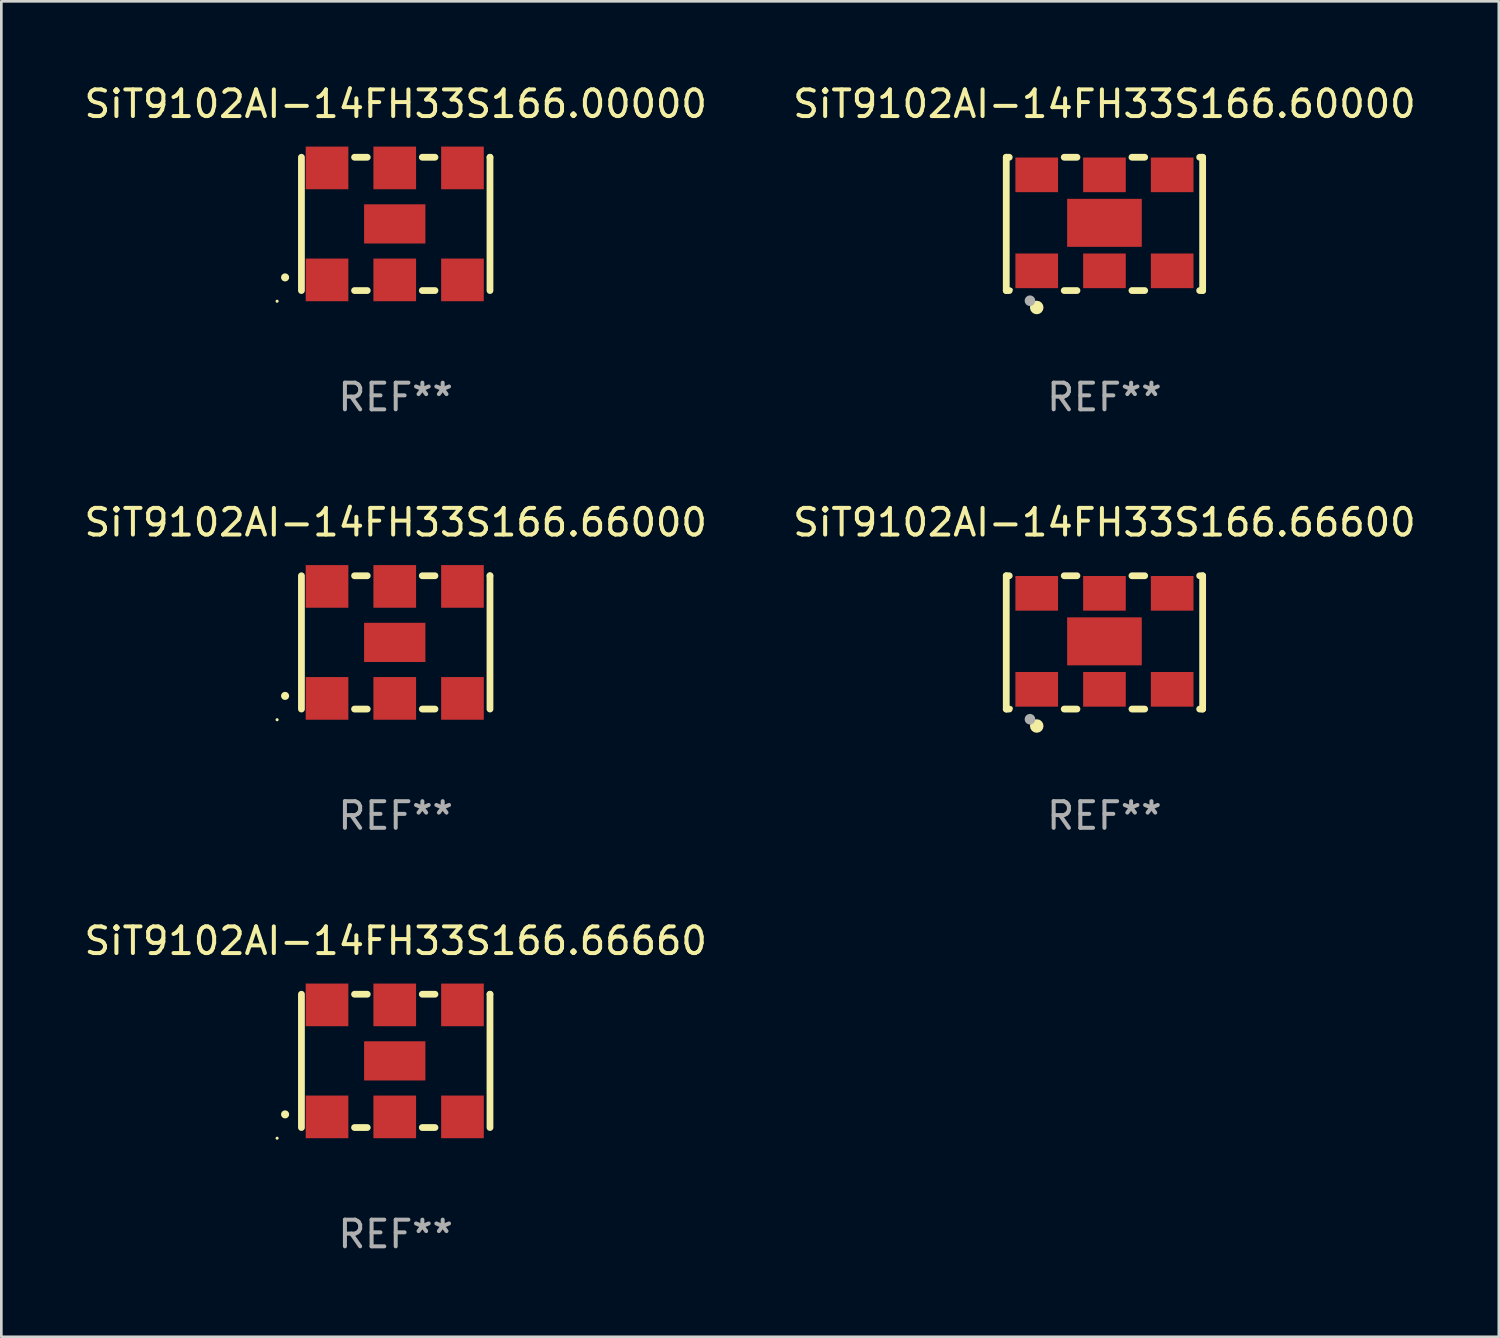
<source format=kicad_pcb>
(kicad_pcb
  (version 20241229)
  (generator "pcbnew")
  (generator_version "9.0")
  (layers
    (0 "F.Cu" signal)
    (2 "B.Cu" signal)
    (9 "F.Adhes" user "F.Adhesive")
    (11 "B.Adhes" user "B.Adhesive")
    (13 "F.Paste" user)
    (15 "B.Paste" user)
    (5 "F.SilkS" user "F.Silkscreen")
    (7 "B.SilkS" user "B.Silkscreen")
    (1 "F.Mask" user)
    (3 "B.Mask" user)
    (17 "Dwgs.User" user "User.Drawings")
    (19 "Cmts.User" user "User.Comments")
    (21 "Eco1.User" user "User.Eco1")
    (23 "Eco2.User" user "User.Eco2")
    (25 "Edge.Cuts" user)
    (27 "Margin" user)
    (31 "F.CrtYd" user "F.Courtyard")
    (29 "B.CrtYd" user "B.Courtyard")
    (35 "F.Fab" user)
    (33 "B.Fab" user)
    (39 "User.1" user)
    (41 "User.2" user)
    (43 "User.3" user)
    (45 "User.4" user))
  (footprint "SiT9102AI-14FH33S166.66000"
    (layer "F.Cu")
    (at 11.792 21.045)
    (property "Reference" "SiT9102AI-14FH33S166.66000" (at 0 -4.5 0) (layer "F.SilkS") (effects (font (size 1 1) (thickness 0.15))))
    (attr through_hole)
    (fp_line (start -3.536 -2.5) (end -3.536 2.5) (stroke (width 0.254) (type solid)) (layer "F.SilkS"))
    (fp_line (start -1.544 2.5) (end -1.067 2.5) (stroke (width 0.254) (type solid)) (layer "F.SilkS"))
    (fp_line (start -1.067 -2.5) (end -1.544 -2.5) (stroke (width 0.254) (type solid)) (layer "F.SilkS"))
    (fp_line (start 0.996 2.5) (end 1.473 2.5) (stroke (width 0.254) (type solid)) (layer "F.SilkS"))
    (fp_line (start 1.473 -2.5) (end 0.996 -2.5) (stroke (width 0.254) (type solid)) (layer "F.SilkS"))
    (fp_line (start 3.536 -2.5) (end 3.536 -2.5) (stroke (width 0.254) (type solid)) (layer "F.SilkS"))
    (fp_line (start 3.536 2.5) (end 3.536 -2.5) (stroke (width 0.254) (type solid)) (layer "F.SilkS"))
    (fp_arc (start -4.150432 2.006604) (mid -4.149162 2.006599) (end -4.147892 2.006604) (stroke (width 0.3) (type solid)) (layer "F.SilkS"))
    (fp_circle (center -4.449 2.9) (end -4.419 2.9) (stroke (width 0.06) (type solid)) (fill no) (layer "F.SilkS"))
    (fp_text user "REF**" (at 0 6.5 0) (layer "F.Fab") (effects (font (size 1 1) (thickness 0.15))))
    (pad "1" smd rect (at -2.576 2.1) (size 1.6 1.6) (layers "F.Cu" "F.Mask" "F.Paste"))
    (pad "2" smd rect (at -0.036 2.1) (size 1.6 1.6) (layers "F.Cu" "F.Mask" "F.Paste"))
    (pad "3" smd rect (at 2.504 2.1) (size 1.6 1.6) (layers "F.Cu" "F.Mask" "F.Paste"))
    (pad "4" smd rect (at 2.504 -2.1) (size 1.6 1.6) (layers "F.Cu" "F.Mask" "F.Paste"))
    (pad "5" smd rect (at -0.036 -2.1) (size 1.6 1.6) (layers "F.Cu" "F.Mask" "F.Paste"))
    (pad "6" smd rect (at -2.576 -2.1) (size 1.6 1.6) (layers "F.Cu" "F.Mask" "F.Paste"))
    (pad "7" smd rect (at -0.036 0) (size 2.3 1.47) (layers "F.Cu" "F.Mask" "F.Paste")))
  (footprint "SiT9102AI-14FH33S166.00000"
    (layer "F.Cu")
    (at 11.792 5.348)
    (property "Reference" "SiT9102AI-14FH33S166.00000" (at 0 -4.5 0) (layer "F.SilkS") (effects (font (size 1 1) (thickness 0.15))))
    (attr through_hole)
    (fp_line (start -3.536 -2.5) (end -3.536 2.5) (stroke (width 0.254) (type solid)) (layer "F.SilkS"))
    (fp_line (start -1.544 2.5) (end -1.067 2.5) (stroke (width 0.254) (type solid)) (layer "F.SilkS"))
    (fp_line (start -1.067 -2.5) (end -1.544 -2.5) (stroke (width 0.254) (type solid)) (layer "F.SilkS"))
    (fp_line (start 0.996 2.5) (end 1.473 2.5) (stroke (width 0.254) (type solid)) (layer "F.SilkS"))
    (fp_line (start 1.473 -2.5) (end 0.996 -2.5) (stroke (width 0.254) (type solid)) (layer "F.SilkS"))
    (fp_line (start 3.536 -2.5) (end 3.536 -2.5) (stroke (width 0.254) (type solid)) (layer "F.SilkS"))
    (fp_line (start 3.536 2.5) (end 3.536 -2.5) (stroke (width 0.254) (type solid)) (layer "F.SilkS"))
    (fp_arc (start -4.150432 2.006604) (mid -4.149162 2.006599) (end -4.147892 2.006604) (stroke (width 0.3) (type solid)) (layer "F.SilkS"))
    (fp_circle (center -4.449 2.9) (end -4.419 2.9) (stroke (width 0.06) (type solid)) (fill no) (layer "F.SilkS"))
    (fp_text user "REF**" (at 0 6.5 0) (layer "F.Fab") (effects (font (size 1 1) (thickness 0.15))))
    (pad "1" smd rect (at -2.576 2.1) (size 1.6 1.6) (layers "F.Cu" "F.Mask" "F.Paste"))
    (pad "2" smd rect (at -0.036 2.1) (size 1.6 1.6) (layers "F.Cu" "F.Mask" "F.Paste"))
    (pad "3" smd rect (at 2.504 2.1) (size 1.6 1.6) (layers "F.Cu" "F.Mask" "F.Paste"))
    (pad "4" smd rect (at 2.504 -2.1) (size 1.6 1.6) (layers "F.Cu" "F.Mask" "F.Paste"))
    (pad "5" smd rect (at -0.036 -2.1) (size 1.6 1.6) (layers "F.Cu" "F.Mask" "F.Paste"))
    (pad "6" smd rect (at -2.576 -2.1) (size 1.6 1.6) (layers "F.Cu" "F.Mask" "F.Paste"))
    (pad "7" smd rect (at -0.036 0) (size 2.3 1.47) (layers "F.Cu" "F.Mask" "F.Paste")))
  (footprint "SiT9102AI-14FH33S166.66660"
    (layer "F.Cu")
    (at 11.792 36.741)
    (property "Reference" "SiT9102AI-14FH33S166.66660" (at 0 -4.5 0) (layer "F.SilkS") (effects (font (size 1 1) (thickness 0.15))))
    (attr through_hole)
    (fp_line (start -3.536 -2.5) (end -3.536 2.5) (stroke (width 0.254) (type solid)) (layer "F.SilkS"))
    (fp_line (start -1.544 2.5) (end -1.067 2.5) (stroke (width 0.254) (type solid)) (layer "F.SilkS"))
    (fp_line (start -1.067 -2.5) (end -1.544 -2.5) (stroke (width 0.254) (type solid)) (layer "F.SilkS"))
    (fp_line (start 0.996 2.5) (end 1.473 2.5) (stroke (width 0.254) (type solid)) (layer "F.SilkS"))
    (fp_line (start 1.473 -2.5) (end 0.996 -2.5) (stroke (width 0.254) (type solid)) (layer "F.SilkS"))
    (fp_line (start 3.536 -2.5) (end 3.536 -2.5) (stroke (width 0.254) (type solid)) (layer "F.SilkS"))
    (fp_line (start 3.536 2.5) (end 3.536 -2.5) (stroke (width 0.254) (type solid)) (layer "F.SilkS"))
    (fp_arc (start -4.150432 2.006604) (mid -4.149162 2.006599) (end -4.147892 2.006604) (stroke (width 0.3) (type solid)) (layer "F.SilkS"))
    (fp_circle (center -4.449 2.9) (end -4.419 2.9) (stroke (width 0.06) (type solid)) (fill no) (layer "F.SilkS"))
    (fp_text user "REF**" (at 0 6.5 0) (layer "F.Fab") (effects (font (size 1 1) (thickness 0.15))))
    (pad "1" smd rect (at -2.576 2.1) (size 1.6 1.6) (layers "F.Cu" "F.Mask" "F.Paste"))
    (pad "2" smd rect (at -0.036 2.1) (size 1.6 1.6) (layers "F.Cu" "F.Mask" "F.Paste"))
    (pad "3" smd rect (at 2.504 2.1) (size 1.6 1.6) (layers "F.Cu" "F.Mask" "F.Paste"))
    (pad "4" smd rect (at 2.504 -2.1) (size 1.6 1.6) (layers "F.Cu" "F.Mask" "F.Paste"))
    (pad "5" smd rect (at -0.036 -2.1) (size 1.6 1.6) (layers "F.Cu" "F.Mask" "F.Paste"))
    (pad "6" smd rect (at -2.576 -2.1) (size 1.6 1.6) (layers "F.Cu" "F.Mask" "F.Paste"))
    (pad "7" smd rect (at -0.036 0) (size 2.3 1.47) (layers "F.Cu" "F.Mask" "F.Paste")))
  (footprint "SiT9102AI-14FH33S166.60000"
    (layer "F.Cu")
    (at 38.375 5.348)
    (property "Reference" "SiT9102AI-14FH33S166.60000" (at 0 -4.5 0) (layer "F.SilkS") (effects (font (size 1 1) (thickness 0.15))))
    (attr through_hole)
    (fp_line (start -3.683 -2.5) (end -3.571 -2.5) (stroke (width 0.254) (type solid)) (layer "F.SilkS"))
    (fp_line (start -3.683 2.5) (end -3.683 -2.5) (stroke (width 0.254) (type solid)) (layer "F.SilkS"))
    (fp_line (start -3.683 2.5) (end -3.571 2.5) (stroke (width 0.254) (type solid)) (layer "F.SilkS"))
    (fp_line (start -1.509 -2.5) (end -1.031 -2.5) (stroke (width 0.254) (type solid)) (layer "F.SilkS"))
    (fp_line (start -1.509 2.5) (end -1.031 2.5) (stroke (width 0.254) (type solid)) (layer "F.SilkS"))
    (fp_line (start 1.031 -2.5) (end 1.509 -2.5) (stroke (width 0.254) (type solid)) (layer "F.SilkS"))
    (fp_line (start 1.031 2.5) (end 1.509 2.5) (stroke (width 0.254) (type solid)) (layer "F.SilkS"))
    (fp_line (start 3.571 -2.5) (end 3.683 -2.5) (stroke (width 0.254) (type solid)) (layer "F.SilkS"))
    (fp_line (start 3.571 2.5) (end 3.683 2.5) (stroke (width 0.254) (type solid)) (layer "F.SilkS"))
    (fp_line (start 3.683 2.5) (end 3.683 -2.5) (stroke (width 0.254) (type solid)) (layer "F.SilkS"))
    (fp_circle (center -3.5 2.46) (end -3.47 2.46) (stroke (width 0.06) (type solid)) (fill no) (layer "F.SilkS"))
    (fp_circle (center -2.54 3.135) (end -2.413 3.135) (stroke (width 0.254) (type solid)) (fill no) (layer "F.SilkS"))
    (fp_circle (center -2.794 2.881) (end -2.694 2.881) (stroke (width 0.2) (type solid)) (fill no) (layer "F.Fab"))
    (fp_text user "REF**" (at 0 6.5 0) (layer "F.Fab") (effects (font (size 1 1) (thickness 0.15))))
    (pad "1" smd rect (at -2.54 1.76) (size 1.6 1.3) (layers "F.Cu" "F.Mask" "F.Paste"))
    (pad "2" smd rect (at 0 1.76) (size 1.6 1.3) (layers "F.Cu" "F.Mask" "F.Paste"))
    (pad "3" smd rect (at 2.54 1.76) (size 1.6 1.3) (layers "F.Cu" "F.Mask" "F.Paste"))
    (pad "4" smd rect (at 2.54 -1.84) (size 1.6 1.3) (layers "F.Cu" "F.Mask" "F.Paste"))
    (pad "5" smd rect (at 0 -1.84) (size 1.6 1.3) (layers "F.Cu" "F.Mask" "F.Paste"))
    (pad "6" smd rect (at -2.54 -1.84) (size 1.6 1.3) (layers "F.Cu" "F.Mask" "F.Paste"))
    (pad "7" smd rect (at 0 -0.04) (size 2.8 1.8) (layers "F.Cu" "F.Mask" "F.Paste")))
  (footprint "SiT9102AI-14FH33S166.66600"
    (layer "F.Cu")
    (at 38.375 21.045)
    (property "Reference" "SiT9102AI-14FH33S166.66600" (at 0 -4.5 0) (layer "F.SilkS") (effects (font (size 1 1) (thickness 0.15))))
    (attr through_hole)
    (fp_line (start -3.683 -2.5) (end -3.571 -2.5) (stroke (width 0.254) (type solid)) (layer "F.SilkS"))
    (fp_line (start -3.683 2.5) (end -3.683 -2.5) (stroke (width 0.254) (type solid)) (layer "F.SilkS"))
    (fp_line (start -3.683 2.5) (end -3.571 2.5) (stroke (width 0.254) (type solid)) (layer "F.SilkS"))
    (fp_line (start -1.509 -2.5) (end -1.031 -2.5) (stroke (width 0.254) (type solid)) (layer "F.SilkS"))
    (fp_line (start -1.509 2.5) (end -1.031 2.5) (stroke (width 0.254) (type solid)) (layer "F.SilkS"))
    (fp_line (start 1.031 -2.5) (end 1.509 -2.5) (stroke (width 0.254) (type solid)) (layer "F.SilkS"))
    (fp_line (start 1.031 2.5) (end 1.509 2.5) (stroke (width 0.254) (type solid)) (layer "F.SilkS"))
    (fp_line (start 3.571 -2.5) (end 3.683 -2.5) (stroke (width 0.254) (type solid)) (layer "F.SilkS"))
    (fp_line (start 3.571 2.5) (end 3.683 2.5) (stroke (width 0.254) (type solid)) (layer "F.SilkS"))
    (fp_line (start 3.683 2.5) (end 3.683 -2.5) (stroke (width 0.254) (type solid)) (layer "F.SilkS"))
    (fp_circle (center -3.5 2.46) (end -3.47 2.46) (stroke (width 0.06) (type solid)) (fill no) (layer "F.SilkS"))
    (fp_circle (center -2.54 3.135) (end -2.413 3.135) (stroke (width 0.254) (type solid)) (fill no) (layer "F.SilkS"))
    (fp_circle (center -2.794 2.881) (end -2.694 2.881) (stroke (width 0.2) (type solid)) (fill no) (layer "F.Fab"))
    (fp_text user "REF**" (at 0 6.5 0) (layer "F.Fab") (effects (font (size 1 1) (thickness 0.15))))
    (pad "1" smd rect (at -2.54 1.76) (size 1.6 1.3) (layers "F.Cu" "F.Mask" "F.Paste"))
    (pad "2" smd rect (at 0 1.76) (size 1.6 1.3) (layers "F.Cu" "F.Mask" "F.Paste"))
    (pad "3" smd rect (at 2.54 1.76) (size 1.6 1.3) (layers "F.Cu" "F.Mask" "F.Paste"))
    (pad "4" smd rect (at 2.54 -1.84) (size 1.6 1.3) (layers "F.Cu" "F.Mask" "F.Paste"))
    (pad "5" smd rect (at 0 -1.84) (size 1.6 1.3) (layers "F.Cu" "F.Mask" "F.Paste"))
    (pad "6" smd rect (at -2.54 -1.84) (size 1.6 1.3) (layers "F.Cu" "F.Mask" "F.Paste"))
    (pad "7" smd rect (at 0 -0.04) (size 2.8 1.8) (layers "F.Cu" "F.Mask" "F.Paste")))
  (gr_rect
    (start -3 -3)
    (end 53.167 47.09)
    (stroke (width 0.1) (type default))
    (fill no)
    (layer "Edge.Cuts")))
</source>
